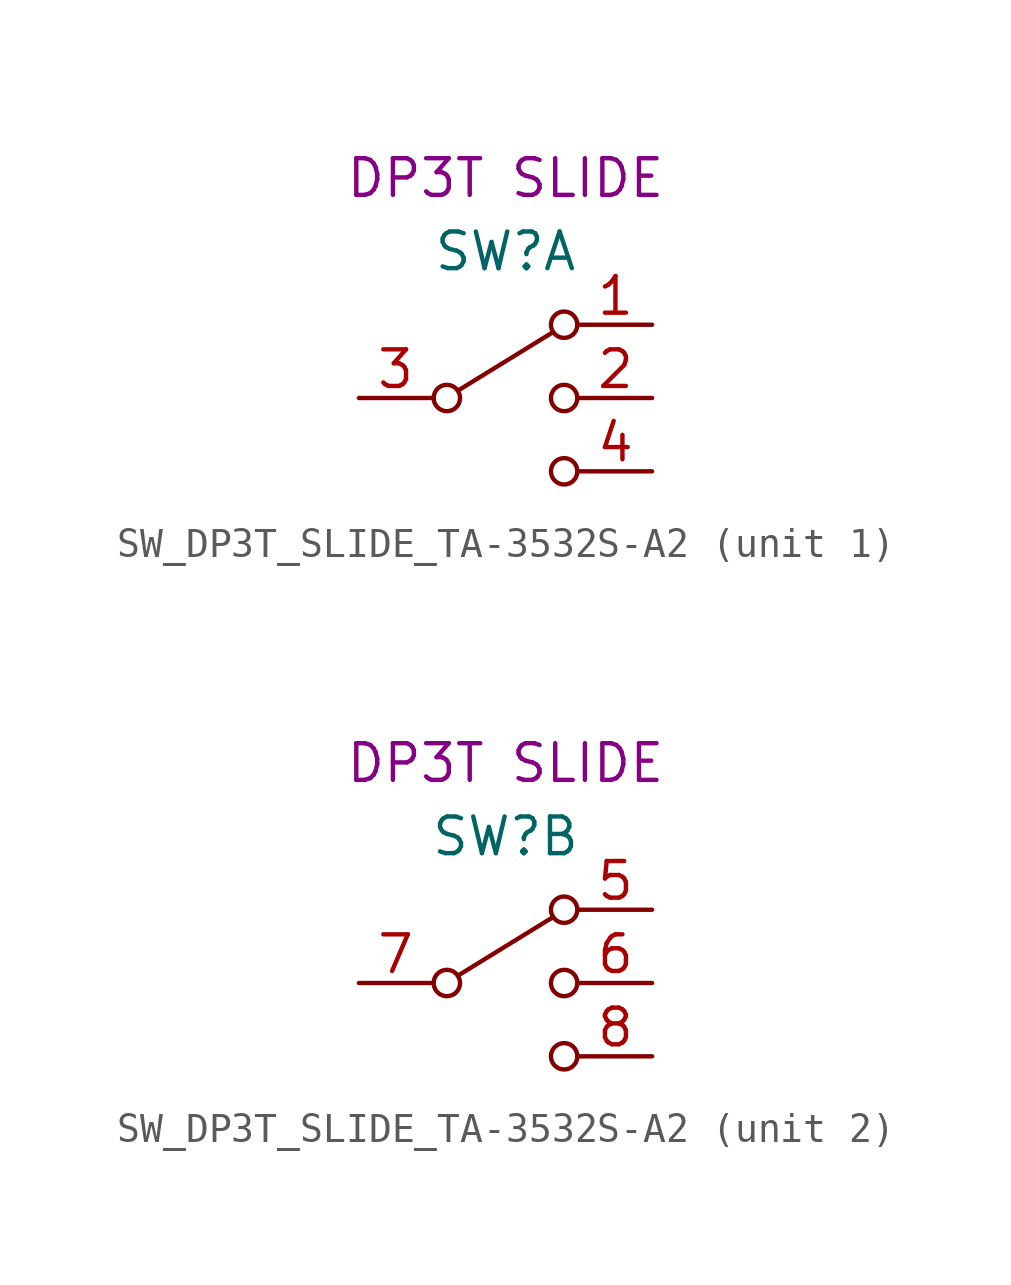
<source format=kicad_sym>
(kicad_symbol_lib
  (version 20220914)
  (generator kicad_symbol_editor)
  (symbol "SW_DP3T_SLIDE_TA-3532S-A2"
    (pin_names
      (offset 0) hide)
    (property "Reference" "SW"
      (at 0 5.08 0)
      (effects (font (size 1.27 1.27))))
    (property "UserValue" "DP3T SLIDE"
      (at 0 7.62 0)
      (effects (font (size 1.27 1.27))))
    (symbol "SW_DP3T_SLIDE_TA-3532S-A2_0_1"
      (circle (center -2.032 0) (radius 0.457) (stroke (width 0) (type default)) (fill (type none)))
      (polyline (pts (xy -1.651 0.254) (xy 1.651 2.286)) (stroke (width 0) (type default)) (fill (type none)))
      (circle (center 2.032 -2.54) (radius 0.457) (stroke (width 0) (type default)) (fill (type none)))
      (circle (center 2.032 0) (radius 0.457) (stroke (width 0) (type default)) (fill (type none)))
      (circle (center 2.032 2.54) (radius 0.457) (stroke (width 0) (type default)) (fill (type none))))
    (symbol "SW_DP3T_SLIDE_TA-3532S-A2_1_1"
      (pin passive line (at 5.08 2.54 180) (length 2.54) (name "1" (effects (font (size 1.27 1.27)))) (number "1" (effects (font (size 1.27 1.27)))))
      (pin passive line (at 5.08 0 180) (length 2.54) (name "2" (effects (font (size 1.27 1.27)))) (number "2" (effects (font (size 1.27 1.27)))))
      (pin passive line (at -5.08 0 0) (length 2.54) (name "3" (effects (font (size 1.27 1.27)))) (number "3" (effects (font (size 1.27 1.27)))))
      (pin passive line (at 5.08 -2.54 180) (length 2.54) (name "4" (effects (font (size 1.27 1.27)))) (number "4" (effects (font (size 1.27 1.27))))))
    (symbol "SW_DP3T_SLIDE_TA-3532S-A2_2_1"
      (pin passive line (at 5.08 2.54 180) (length 2.54) (name "5" (effects (font (size 1.27 1.27)))) (number "5" (effects (font (size 1.27 1.27)))))
      (pin passive line (at 5.08 0 180) (length 2.54) (name "6" (effects (font (size 1.27 1.27)))) (number "6" (effects (font (size 1.27 1.27)))))
      (pin passive line (at -5.08 0 0) (length 2.54) (name "7" (effects (font (size 1.27 1.27)))) (number "7" (effects (font (size 1.27 1.27)))))
      (pin passive line (at 5.08 -2.54 180) (length 2.54) (name "8" (effects (font (size 1.27 1.27)))) (number "8" (effects (font (size 1.27 1.27))))))))
</source>
